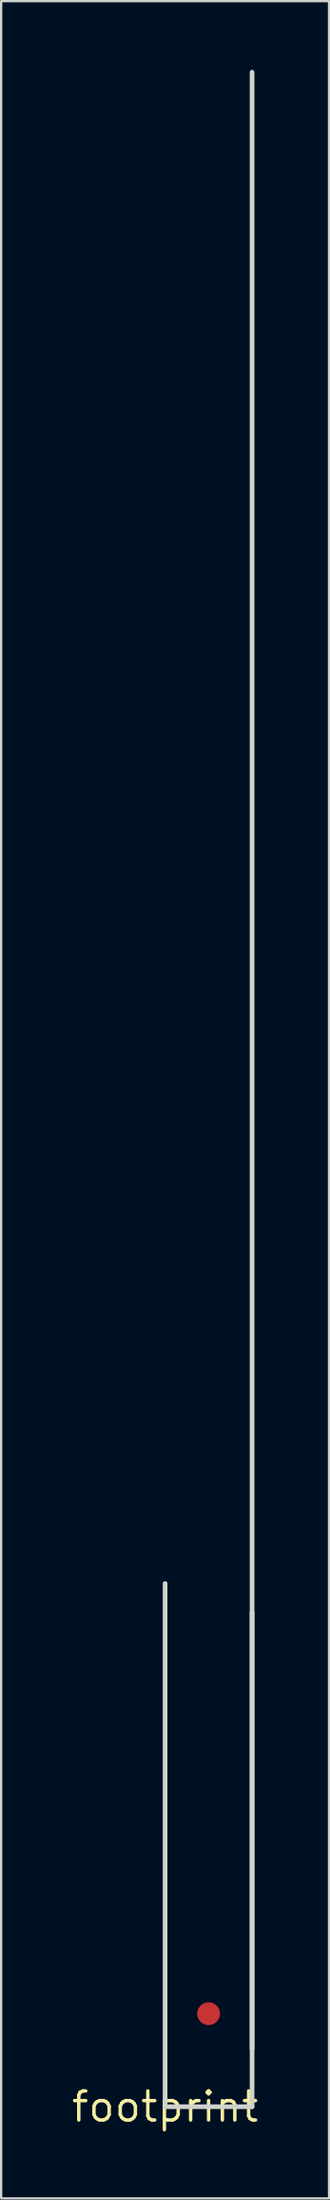
<source format=kicad_pcb>
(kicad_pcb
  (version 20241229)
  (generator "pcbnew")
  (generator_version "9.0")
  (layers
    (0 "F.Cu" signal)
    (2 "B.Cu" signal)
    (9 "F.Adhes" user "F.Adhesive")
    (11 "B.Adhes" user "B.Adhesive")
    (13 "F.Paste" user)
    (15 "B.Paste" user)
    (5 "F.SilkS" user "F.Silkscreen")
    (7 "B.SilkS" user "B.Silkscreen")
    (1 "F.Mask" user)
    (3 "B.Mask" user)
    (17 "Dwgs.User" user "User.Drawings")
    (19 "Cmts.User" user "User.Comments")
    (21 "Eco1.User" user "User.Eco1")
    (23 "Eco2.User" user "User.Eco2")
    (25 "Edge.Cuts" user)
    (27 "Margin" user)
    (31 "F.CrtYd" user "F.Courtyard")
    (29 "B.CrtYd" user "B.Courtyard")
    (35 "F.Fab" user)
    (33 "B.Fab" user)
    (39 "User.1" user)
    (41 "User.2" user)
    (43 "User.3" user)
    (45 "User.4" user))
  (footprint "footprint"
    (layer "F.Cu")
    (at 4.18 89.002)
    (property "Reference" "footprint" (at 0 0 0) (layer "F.SilkS") (effects (font (size 1.27 1.27) (thickness 0.15))))
    (fp_line (start 0 0) (end 0 -22.86) (stroke (width 0.203) (type solid)) (layer "Edge.Cuts"))
    (fp_line (start 0 0) (end 3.81 0) (stroke (width 0.203) (type solid)) (layer "Edge.Cuts"))
    (fp_line (start 3.81 -21.59) (end 3.81 -88.9) (stroke (width 0.203) (type solid)) (layer "Edge.Cuts"))
    (fp_line (start 3.81 -2.54) (end 3.81 -21.59) (stroke (width 0.203) (type solid)) (layer "Edge.Cuts"))
    (fp_line (start 3.81 0) (end 3.81 -21.59) (stroke (width 0.203) (type solid)) (layer "Edge.Cuts"))
    (pad "P$2" smd roundrect (at 1.905 -4.064) (size 1 1) (layers "F.Cu" "F.Mask" "F.Paste") (roundrect_rratio 0.5)))
  (gr_rect
    (start -3 -3)
    (end 11.36 93.008)
    (stroke (width 0.1) (type default))
    (fill no)
    (layer "Edge.Cuts")))
</source>
